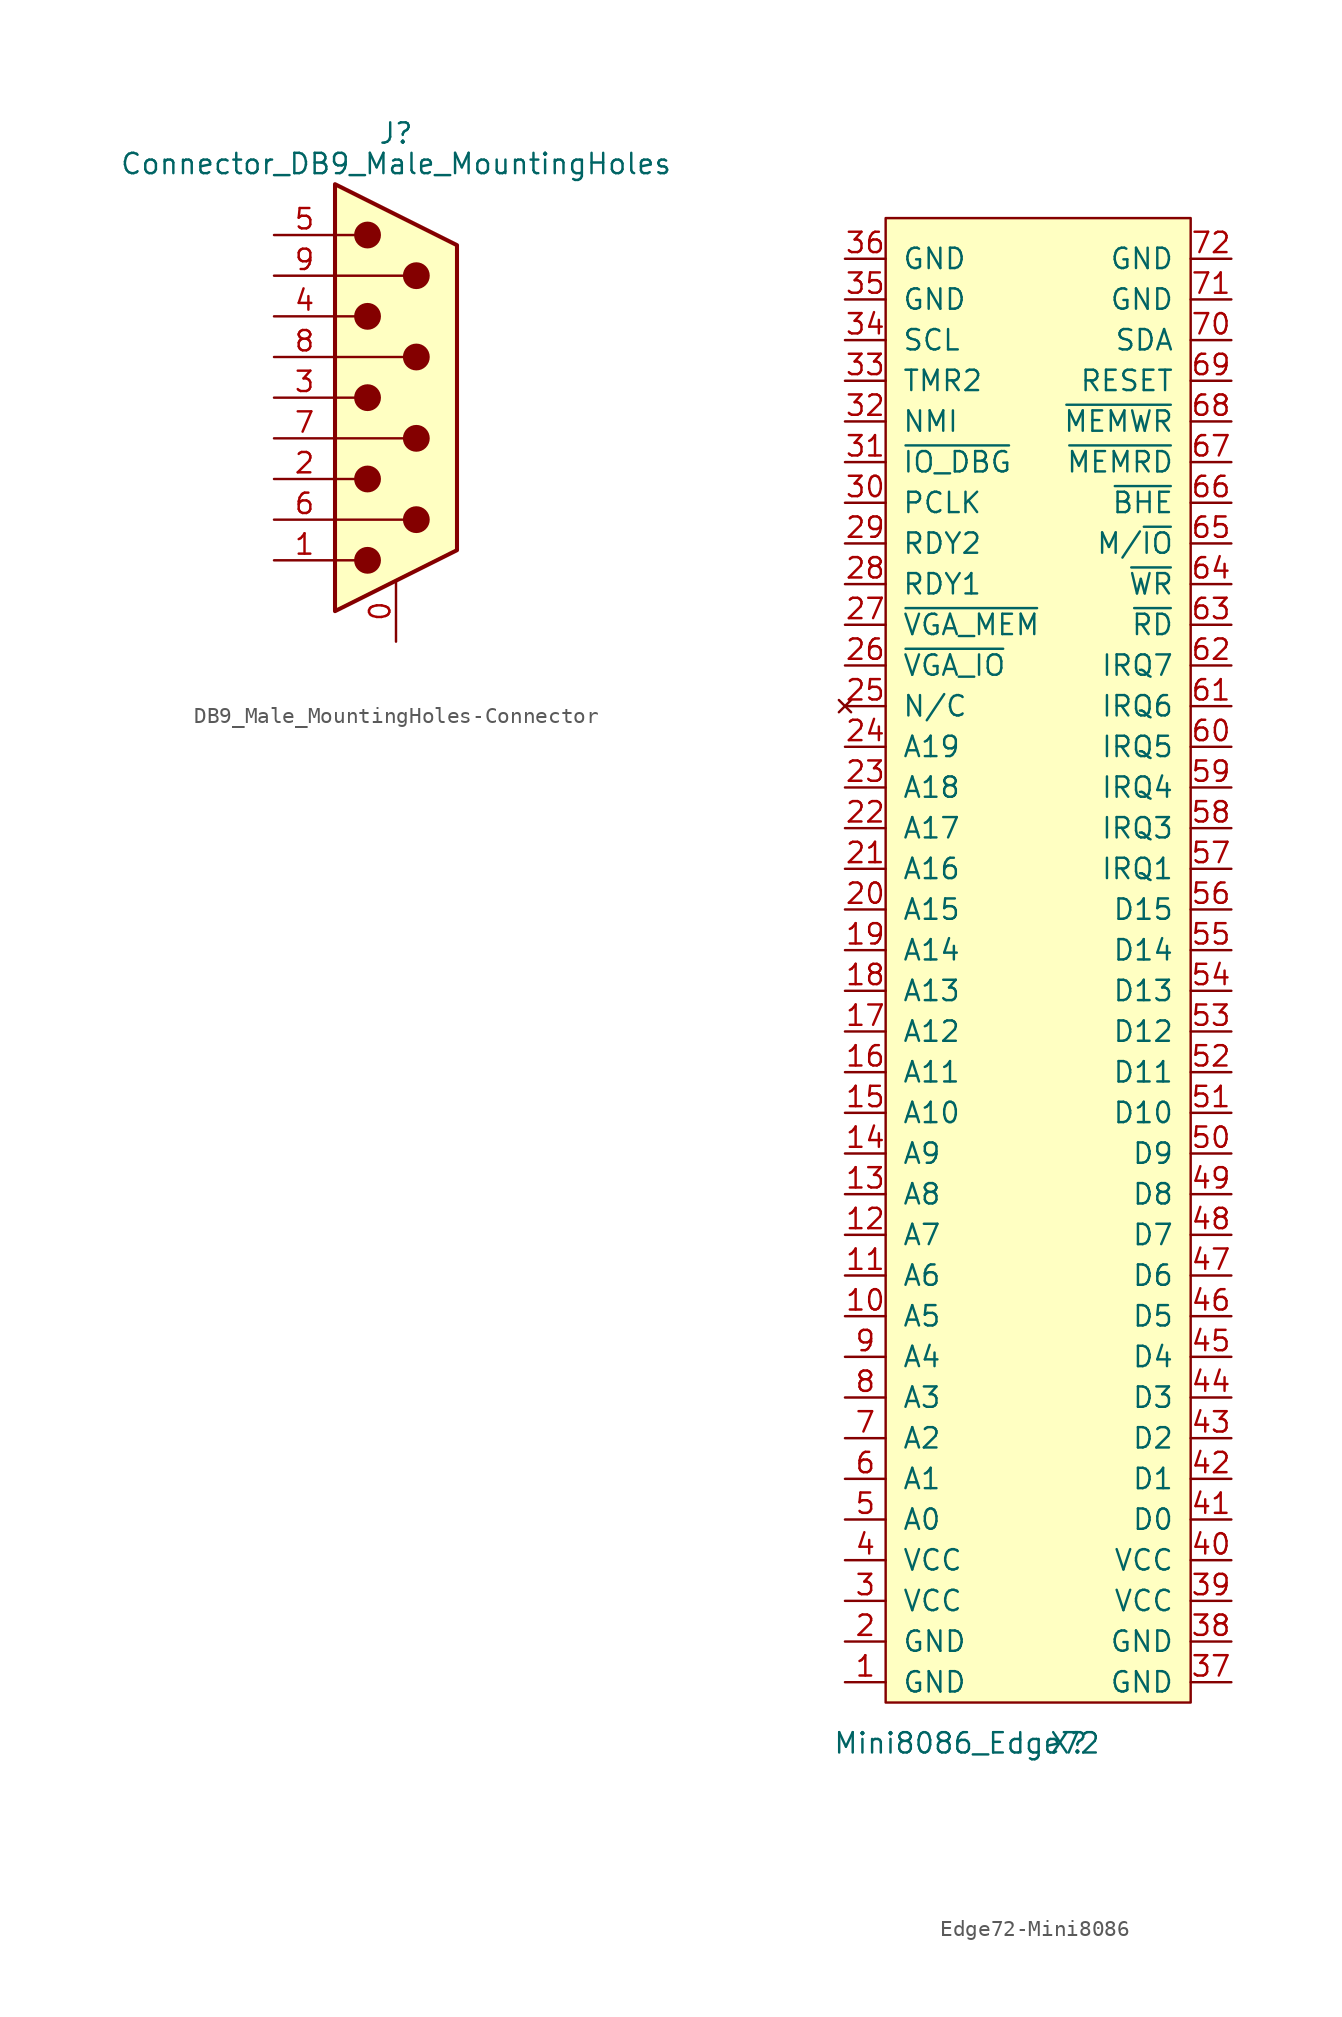
<source format=kicad_sym>
(kicad_symbol_lib
  (version 20220914)
  (generator kicad_symbol_editor)
  (symbol "DB9_Male_MountingHoles-Connector"
    (pin_names
      (offset 1.016) hide)
    (property "Reference" "J"
      (at 0 16.51 0)
      (effects (font (size 1.27 1.27))))
    (property "Value" "Connector_DB9_Male_MountingHoles"
      (at 0 14.605 0)
      (effects (font (size 1.27 1.27))))
    (symbol "DB9_Male_MountingHoles-Connector_0_1"
      (circle (center -1.778 -10.16) (radius 0.762) (stroke (width 0) (type solid)) (fill (type outline)))
      (circle (center -1.778 -5.08) (radius 0.762) (stroke (width 0) (type solid)) (fill (type outline)))
      (circle (center -1.778 0) (radius 0.762) (stroke (width 0) (type solid)) (fill (type outline)))
      (circle (center -1.778 5.08) (radius 0.762) (stroke (width 0) (type solid)) (fill (type outline)))
      (circle (center -1.778 10.16) (radius 0.762) (stroke (width 0) (type solid)) (fill (type outline)))
      (polyline (pts (xy -3.81 -10.16) (xy -2.54 -10.16)) (stroke (width 0) (type solid)) (fill (type none)))
      (polyline (pts (xy -3.81 -7.62) (xy 0.508 -7.62)) (stroke (width 0) (type solid)) (fill (type none)))
      (polyline (pts (xy -3.81 -5.08) (xy -2.54 -5.08)) (stroke (width 0) (type solid)) (fill (type none)))
      (polyline (pts (xy -3.81 -2.54) (xy 0.508 -2.54)) (stroke (width 0) (type solid)) (fill (type none)))
      (polyline (pts (xy -3.81 0) (xy -2.54 0)) (stroke (width 0) (type solid)) (fill (type none)))
      (polyline (pts (xy -3.81 2.54) (xy 0.508 2.54)) (stroke (width 0) (type solid)) (fill (type none)))
      (polyline (pts (xy -3.81 5.08) (xy -2.54 5.08)) (stroke (width 0) (type solid)) (fill (type none)))
      (polyline (pts (xy -3.81 7.62) (xy 0.508 7.62)) (stroke (width 0) (type solid)) (fill (type none)))
      (polyline (pts (xy -3.81 10.16) (xy -2.54 10.16)) (stroke (width 0) (type solid)) (fill (type none)))
      (polyline (pts (xy -3.81 -13.335) (xy -3.81 13.335) (xy 3.81 9.525) (xy 3.81 -9.525) (xy -3.81 -13.335)) (stroke (width 0.254) (type solid)) (fill (type background)))
      (circle (center 1.27 -7.62) (radius 0.762) (stroke (width 0) (type solid)) (fill (type outline)))
      (circle (center 1.27 -2.54) (radius 0.762) (stroke (width 0) (type solid)) (fill (type outline)))
      (circle (center 1.27 2.54) (radius 0.762) (stroke (width 0) (type solid)) (fill (type outline)))
      (circle (center 1.27 7.62) (radius 0.762) (stroke (width 0) (type solid)) (fill (type outline))))
    (symbol "DB9_Male_MountingHoles-Connector_1_1"
      (pin passive line (at 0 -15.24 90) (length 3.81) (name "PAD" (effects (font (size 1.27 1.27)))) (number "0" (effects (font (size 1.27 1.27)))))
      (pin passive line (at -7.62 -10.16 0) (length 3.81) (name "1" (effects (font (size 1.27 1.27)))) (number "1" (effects (font (size 1.27 1.27)))))
      (pin passive line (at -7.62 -5.08 0) (length 3.81) (name "2" (effects (font (size 1.27 1.27)))) (number "2" (effects (font (size 1.27 1.27)))))
      (pin passive line (at -7.62 0 0) (length 3.81) (name "3" (effects (font (size 1.27 1.27)))) (number "3" (effects (font (size 1.27 1.27)))))
      (pin passive line (at -7.62 5.08 0) (length 3.81) (name "4" (effects (font (size 1.27 1.27)))) (number "4" (effects (font (size 1.27 1.27)))))
      (pin passive line (at -7.62 10.16 0) (length 3.81) (name "5" (effects (font (size 1.27 1.27)))) (number "5" (effects (font (size 1.27 1.27)))))
      (pin passive line (at -7.62 -7.62 0) (length 3.81) (name "6" (effects (font (size 1.27 1.27)))) (number "6" (effects (font (size 1.27 1.27)))))
      (pin passive line (at -7.62 -2.54 0) (length 3.81) (name "7" (effects (font (size 1.27 1.27)))) (number "7" (effects (font (size 1.27 1.27)))))
      (pin passive line (at -7.62 2.54 0) (length 3.81) (name "8" (effects (font (size 1.27 1.27)))) (number "8" (effects (font (size 1.27 1.27)))))
      (pin passive line (at -7.62 7.62 0) (length 3.81) (name "9" (effects (font (size 1.27 1.27)))) (number "9" (effects (font (size 1.27 1.27)))))))
  (symbol "Edge72-Mini8086"
    (pin_names
      (offset 1.016))
    (property "Reference" "X"
      (at 2.54 -49.53 0)
      (effects (font (size 1.27 1.27))))
    (property "Value" "Mini8086_Edge72"
      (at -3.81 -49.53 0)
      (effects (font (size 1.27 1.27))))
    (symbol "Edge72-Mini8086_0_1"
      (rectangle (start -8.89 45.72) (end 10.16 -46.99) (stroke (width 0) (type solid)) (fill (type background))))
    (symbol "Edge72-Mini8086_1_1"
      (pin passive line (at -11.43 -45.72 0) (length 2.54) (name "GND" (effects (font (size 1.27 1.27)))) (number "1" (effects (font (size 1.27 1.27)))))
      (pin bidirectional line (at -11.43 -22.86 0) (length 2.54) (name "A5" (effects (font (size 1.27 1.27)))) (number "10" (effects (font (size 1.27 1.27)))))
      (pin bidirectional line (at -11.43 -20.32 0) (length 2.54) (name "A6" (effects (font (size 1.27 1.27)))) (number "11" (effects (font (size 1.27 1.27)))))
      (pin bidirectional line (at -11.43 -17.78 0) (length 2.54) (name "A7" (effects (font (size 1.27 1.27)))) (number "12" (effects (font (size 1.27 1.27)))))
      (pin bidirectional line (at -11.43 -15.24 0) (length 2.54) (name "A8" (effects (font (size 1.27 1.27)))) (number "13" (effects (font (size 1.27 1.27)))))
      (pin bidirectional line (at -11.43 -12.7 0) (length 2.54) (name "A9" (effects (font (size 1.27 1.27)))) (number "14" (effects (font (size 1.27 1.27)))))
      (pin bidirectional line (at -11.43 -10.16 0) (length 2.54) (name "A10" (effects (font (size 1.27 1.27)))) (number "15" (effects (font (size 1.27 1.27)))))
      (pin bidirectional line (at -11.43 -7.62 0) (length 2.54) (name "A11" (effects (font (size 1.27 1.27)))) (number "16" (effects (font (size 1.27 1.27)))))
      (pin bidirectional line (at -11.43 -5.08 0) (length 2.54) (name "A12" (effects (font (size 1.27 1.27)))) (number "17" (effects (font (size 1.27 1.27)))))
      (pin bidirectional line (at -11.43 -2.54 0) (length 2.54) (name "A13" (effects (font (size 1.27 1.27)))) (number "18" (effects (font (size 1.27 1.27)))))
      (pin bidirectional line (at -11.43 0 0) (length 2.54) (name "A14" (effects (font (size 1.27 1.27)))) (number "19" (effects (font (size 1.27 1.27)))))
      (pin passive line (at -11.43 -43.18 0) (length 2.54) (name "GND" (effects (font (size 1.27 1.27)))) (number "2" (effects (font (size 1.27 1.27)))))
      (pin bidirectional line (at -11.43 2.54 0) (length 2.54) (name "A15" (effects (font (size 1.27 1.27)))) (number "20" (effects (font (size 1.27 1.27)))))
      (pin bidirectional line (at -11.43 5.08 0) (length 2.54) (name "A16" (effects (font (size 1.27 1.27)))) (number "21" (effects (font (size 1.27 1.27)))))
      (pin bidirectional line (at -11.43 7.62 0) (length 2.54) (name "A17" (effects (font (size 1.27 1.27)))) (number "22" (effects (font (size 1.27 1.27)))))
      (pin bidirectional line (at -11.43 10.16 0) (length 2.54) (name "A18" (effects (font (size 1.27 1.27)))) (number "23" (effects (font (size 1.27 1.27)))))
      (pin bidirectional line (at -11.43 12.7 0) (length 2.54) (name "A19" (effects (font (size 1.27 1.27)))) (number "24" (effects (font (size 1.27 1.27)))))
      (pin no_connect line (at -11.43 15.24 0) (length 2.54) (name "N/C" (effects (font (size 1.27 1.27)))) (number "25" (effects (font (size 1.27 1.27)))))
      (pin bidirectional line (at -11.43 17.78 0) (length 2.54) (name "~{VGA_IO}" (effects (font (size 1.27 1.27)))) (number "26" (effects (font (size 1.27 1.27)))))
      (pin bidirectional line (at -11.43 20.32 0) (length 2.54) (name "~{VGA_MEM}" (effects (font (size 1.27 1.27)))) (number "27" (effects (font (size 1.27 1.27)))))
      (pin passive line (at -11.43 22.86 0) (length 2.54) (name "RDY1" (effects (font (size 1.27 1.27)))) (number "28" (effects (font (size 1.27 1.27)))))
      (pin passive line (at -11.43 25.4 0) (length 2.54) (name "RDY2" (effects (font (size 1.27 1.27)))) (number "29" (effects (font (size 1.27 1.27)))))
      (pin passive line (at -11.43 -40.64 0) (length 2.54) (name "VCC" (effects (font (size 1.27 1.27)))) (number "3" (effects (font (size 1.27 1.27)))))
      (pin passive line (at -11.43 27.94 0) (length 2.54) (name "PCLK" (effects (font (size 1.27 1.27)))) (number "30" (effects (font (size 1.27 1.27)))))
      (pin passive line (at -11.43 30.48 0) (length 2.54) (name "~{IO_DBG}" (effects (font (size 1.27 1.27)))) (number "31" (effects (font (size 1.27 1.27)))))
      (pin passive line (at -11.43 33.02 0) (length 2.54) (name "NMI" (effects (font (size 1.27 1.27)))) (number "32" (effects (font (size 1.27 1.27)))))
      (pin passive line (at -11.43 35.56 0) (length 2.54) (name "TMR2" (effects (font (size 1.27 1.27)))) (number "33" (effects (font (size 1.27 1.27)))))
      (pin passive line (at -11.43 38.1 0) (length 2.54) (name "SCL" (effects (font (size 1.27 1.27)))) (number "34" (effects (font (size 1.27 1.27)))))
      (pin passive line (at -11.43 40.64 0) (length 2.54) (name "GND" (effects (font (size 1.27 1.27)))) (number "35" (effects (font (size 1.27 1.27)))))
      (pin passive line (at -11.43 43.18 0) (length 2.54) (name "GND" (effects (font (size 1.27 1.27)))) (number "36" (effects (font (size 1.27 1.27)))))
      (pin power_out line (at 12.7 -45.72 180) (length 2.54) (name "GND" (effects (font (size 1.27 1.27)))) (number "37" (effects (font (size 1.27 1.27)))))
      (pin passive line (at 12.7 -43.18 180) (length 2.54) (name "GND" (effects (font (size 1.27 1.27)))) (number "38" (effects (font (size 1.27 1.27)))))
      (pin power_out line (at 12.7 -40.64 180) (length 2.54) (name "VCC" (effects (font (size 1.27 1.27)))) (number "39" (effects (font (size 1.27 1.27)))))
      (pin passive line (at -11.43 -38.1 0) (length 2.54) (name "VCC" (effects (font (size 1.27 1.27)))) (number "4" (effects (font (size 1.27 1.27)))))
      (pin passive line (at 12.7 -38.1 180) (length 2.54) (name "VCC" (effects (font (size 1.27 1.27)))) (number "40" (effects (font (size 1.27 1.27)))))
      (pin bidirectional line (at 12.7 -35.56 180) (length 2.54) (name "D0" (effects (font (size 1.27 1.27)))) (number "41" (effects (font (size 1.27 1.27)))))
      (pin bidirectional line (at 12.7 -33.02 180) (length 2.54) (name "D1" (effects (font (size 1.27 1.27)))) (number "42" (effects (font (size 1.27 1.27)))))
      (pin bidirectional line (at 12.7 -30.48 180) (length 2.54) (name "D2" (effects (font (size 1.27 1.27)))) (number "43" (effects (font (size 1.27 1.27)))))
      (pin bidirectional line (at 12.7 -27.94 180) (length 2.54) (name "D3" (effects (font (size 1.27 1.27)))) (number "44" (effects (font (size 1.27 1.27)))))
      (pin bidirectional line (at 12.7 -25.4 180) (length 2.54) (name "D4" (effects (font (size 1.27 1.27)))) (number "45" (effects (font (size 1.27 1.27)))))
      (pin bidirectional line (at 12.7 -22.86 180) (length 2.54) (name "D5" (effects (font (size 1.27 1.27)))) (number "46" (effects (font (size 1.27 1.27)))))
      (pin bidirectional line (at 12.7 -20.32 180) (length 2.54) (name "D6" (effects (font (size 1.27 1.27)))) (number "47" (effects (font (size 1.27 1.27)))))
      (pin bidirectional line (at 12.7 -17.78 180) (length 2.54) (name "D7" (effects (font (size 1.27 1.27)))) (number "48" (effects (font (size 1.27 1.27)))))
      (pin bidirectional line (at 12.7 -15.24 180) (length 2.54) (name "D8" (effects (font (size 1.27 1.27)))) (number "49" (effects (font (size 1.27 1.27)))))
      (pin bidirectional line (at -11.43 -35.56 0) (length 2.54) (name "A0" (effects (font (size 1.27 1.27)))) (number "5" (effects (font (size 1.27 1.27)))))
      (pin bidirectional line (at 12.7 -12.7 180) (length 2.54) (name "D9" (effects (font (size 1.27 1.27)))) (number "50" (effects (font (size 1.27 1.27)))))
      (pin bidirectional line (at 12.7 -10.16 180) (length 2.54) (name "D10" (effects (font (size 1.27 1.27)))) (number "51" (effects (font (size 1.27 1.27)))))
      (pin bidirectional line (at 12.7 -7.62 180) (length 2.54) (name "D11" (effects (font (size 1.27 1.27)))) (number "52" (effects (font (size 1.27 1.27)))))
      (pin bidirectional line (at 12.7 -5.08 180) (length 2.54) (name "D12" (effects (font (size 1.27 1.27)))) (number "53" (effects (font (size 1.27 1.27)))))
      (pin bidirectional line (at 12.7 -2.54 180) (length 2.54) (name "D13" (effects (font (size 1.27 1.27)))) (number "54" (effects (font (size 1.27 1.27)))))
      (pin bidirectional line (at 12.7 0 180) (length 2.54) (name "D14" (effects (font (size 1.27 1.27)))) (number "55" (effects (font (size 1.27 1.27)))))
      (pin bidirectional line (at 12.7 2.54 180) (length 2.54) (name "D15" (effects (font (size 1.27 1.27)))) (number "56" (effects (font (size 1.27 1.27)))))
      (pin passive line (at 12.7 5.08 180) (length 2.54) (name "IRQ1" (effects (font (size 1.27 1.27)))) (number "57" (effects (font (size 1.27 1.27)))))
      (pin passive line (at 12.7 7.62 180) (length 2.54) (name "IRQ3" (effects (font (size 1.27 1.27)))) (number "58" (effects (font (size 1.27 1.27)))))
      (pin passive line (at 12.7 10.16 180) (length 2.54) (name "IRQ4" (effects (font (size 1.27 1.27)))) (number "59" (effects (font (size 1.27 1.27)))))
      (pin bidirectional line (at -11.43 -33.02 0) (length 2.54) (name "A1" (effects (font (size 1.27 1.27)))) (number "6" (effects (font (size 1.27 1.27)))))
      (pin passive line (at 12.7 12.7 180) (length 2.54) (name "IRQ5" (effects (font (size 1.27 1.27)))) (number "60" (effects (font (size 1.27 1.27)))))
      (pin passive line (at 12.7 15.24 180) (length 2.54) (name "IRQ6" (effects (font (size 1.27 1.27)))) (number "61" (effects (font (size 1.27 1.27)))))
      (pin passive line (at 12.7 17.78 180) (length 2.54) (name "IRQ7" (effects (font (size 1.27 1.27)))) (number "62" (effects (font (size 1.27 1.27)))))
      (pin bidirectional line (at 12.7 20.32 180) (length 2.54) (name "~{RD}" (effects (font (size 1.27 1.27)))) (number "63" (effects (font (size 1.27 1.27)))))
      (pin bidirectional line (at 12.7 22.86 180) (length 2.54) (name "~{WR}" (effects (font (size 1.27 1.27)))) (number "64" (effects (font (size 1.27 1.27)))))
      (pin bidirectional line (at 12.7 25.4 180) (length 2.54) (name "M/~{IO}" (effects (font (size 1.27 1.27)))) (number "65" (effects (font (size 1.27 1.27)))))
      (pin bidirectional line (at 12.7 27.94 180) (length 2.54) (name "~{BHE}" (effects (font (size 1.27 1.27)))) (number "66" (effects (font (size 1.27 1.27)))))
      (pin bidirectional line (at 12.7 30.48 180) (length 2.54) (name "~{MEMRD}" (effects (font (size 1.27 1.27)))) (number "67" (effects (font (size 1.27 1.27)))))
      (pin bidirectional line (at 12.7 33.02 180) (length 2.54) (name "~{MEMWR}" (effects (font (size 1.27 1.27)))) (number "68" (effects (font (size 1.27 1.27)))))
      (pin passive line (at 12.7 35.56 180) (length 2.54) (name "RESET" (effects (font (size 1.27 1.27)))) (number "69" (effects (font (size 1.27 1.27)))))
      (pin bidirectional line (at -11.43 -30.48 0) (length 2.54) (name "A2" (effects (font (size 1.27 1.27)))) (number "7" (effects (font (size 1.27 1.27)))))
      (pin passive line (at 12.7 38.1 180) (length 2.54) (name "SDA" (effects (font (size 1.27 1.27)))) (number "70" (effects (font (size 1.27 1.27)))))
      (pin passive line (at 12.7 40.64 180) (length 2.54) (name "GND" (effects (font (size 1.27 1.27)))) (number "71" (effects (font (size 1.27 1.27)))))
      (pin passive line (at 12.7 43.18 180) (length 2.54) (name "GND" (effects (font (size 1.27 1.27)))) (number "72" (effects (font (size 1.27 1.27)))))
      (pin bidirectional line (at -11.43 -27.94 0) (length 2.54) (name "A3" (effects (font (size 1.27 1.27)))) (number "8" (effects (font (size 1.27 1.27)))))
      (pin bidirectional line (at -11.43 -25.4 0) (length 2.54) (name "A4" (effects (font (size 1.27 1.27)))) (number "9" (effects (font (size 1.27 1.27))))))))
</source>
